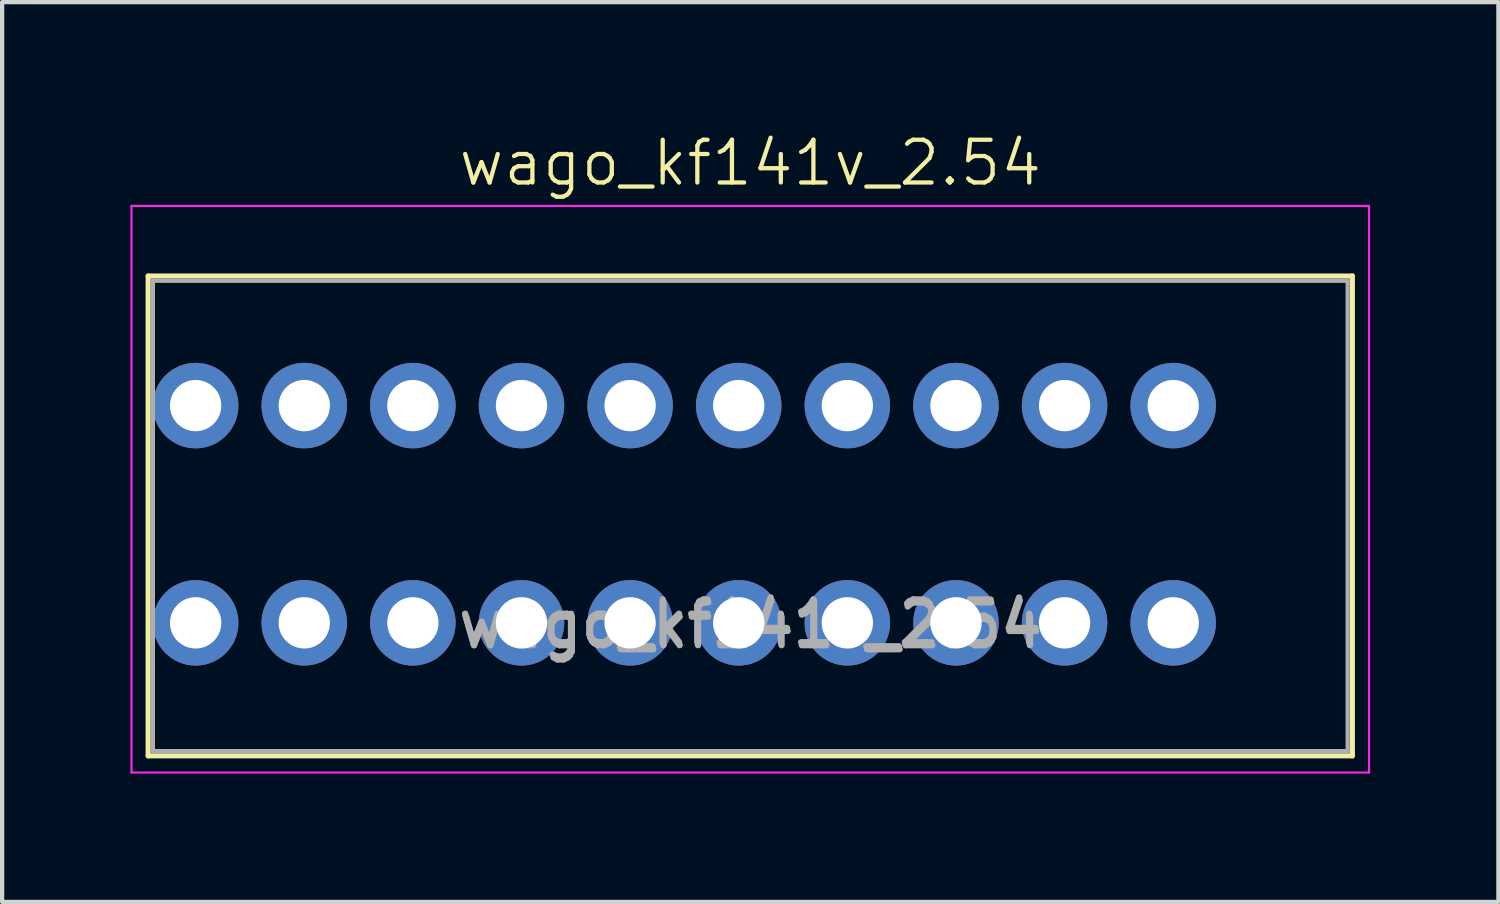
<source format=kicad_pcb>
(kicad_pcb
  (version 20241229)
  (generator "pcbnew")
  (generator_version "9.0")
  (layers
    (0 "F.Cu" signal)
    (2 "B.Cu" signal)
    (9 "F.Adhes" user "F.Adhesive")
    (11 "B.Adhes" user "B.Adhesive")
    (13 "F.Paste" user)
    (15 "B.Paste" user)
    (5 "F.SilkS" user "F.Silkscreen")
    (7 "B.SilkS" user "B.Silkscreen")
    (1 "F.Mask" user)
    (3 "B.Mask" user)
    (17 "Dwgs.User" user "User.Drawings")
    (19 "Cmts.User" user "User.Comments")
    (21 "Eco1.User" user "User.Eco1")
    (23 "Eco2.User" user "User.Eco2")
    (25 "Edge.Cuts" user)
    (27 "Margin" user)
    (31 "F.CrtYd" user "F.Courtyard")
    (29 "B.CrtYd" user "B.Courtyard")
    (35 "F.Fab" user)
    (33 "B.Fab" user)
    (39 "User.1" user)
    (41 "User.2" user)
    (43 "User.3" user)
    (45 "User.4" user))
  (footprint "wago_kf141v_2.54"
    (layer "F.Cu")
    (at 14.495 9.015)
    (property "Reference" "wago_kf141v_2.54" (at 0 -8.255 0) (unlocked yes) (layer "F.SilkS") (effects (font (size 1 1) (thickness 0.1))))
    (attr through_hole)
    (fp_line (start -14.08 -5.61) (end -14.08 5.61) (stroke (width 0.12) (type default)) (layer "F.SilkS"))
    (fp_line (start -14.08 -5.61) (end 14.08 -5.61) (stroke (width 0.12) (type default)) (layer "F.SilkS"))
    (fp_line (start -14.08 5.61) (end 14.08 5.61) (stroke (width 0.12) (type default)) (layer "F.SilkS"))
    (fp_line (start 14.08 -5.61) (end 14.08 5.61) (stroke (width 0.12) (type default)) (layer "F.SilkS"))
    (fp_line (start -14.47 -7.25) (end -14.47 6) (stroke (width 0.05) (type default)) (layer "F.CrtYd"))
    (fp_line (start -14.47 -7.25) (end 14.47 -7.25) (stroke (width 0.05) (type default)) (layer "F.CrtYd"))
    (fp_line (start -14.47 6) (end 14.47 6) (stroke (width 0.05) (type default)) (layer "F.CrtYd"))
    (fp_line (start 14.47 -7.25) (end 14.47 6) (stroke (width 0.05) (type default)) (layer "F.CrtYd"))
    (fp_line (start -13.97 -5.5) (end -13.97 5.5) (stroke (width 0.1) (type default)) (layer "F.Fab"))
    (fp_line (start -13.97 -5.5) (end 13.97 -5.5) (stroke (width 0.1) (type default)) (layer "F.Fab"))
    (fp_line (start -13.97 5.5) (end 13.97 5.5) (stroke (width 0.1) (type default)) (layer "F.Fab"))
    (fp_line (start 13.97 -5.5) (end 13.97 5.5) (stroke (width 0.1) (type default)) (layer "F.Fab"))
    (fp_text user "${REFERENCE}" (at 0.016 2.566 0) (unlocked yes) (layer "F.Fab") (effects (font (size 1 1) (thickness 0.15))))
    (fp_text user "${REFERENCE}" (at 0 2.5 0) (unlocked yes) (layer "F.Fab") (effects (font (size 1 1) (thickness 0.15))))
    (pad "1" thru_hole circle (at -12.97 -2.58) (size 2 2) (drill 1.2) (layers "*.Cu" "*.Mask"))
    (pad "1" thru_hole circle (at -12.97 2.5) (size 2 2) (drill 1.2) (layers "*.Cu" "*.Mask"))
    (pad "2" thru_hole circle (at -10.43 -2.58) (size 2 2) (drill 1.2) (layers "*.Cu" "*.Mask"))
    (pad "2" thru_hole circle (at -10.43 2.5) (size 2 2) (drill 1.2) (layers "*.Cu" "*.Mask"))
    (pad "3" thru_hole circle (at -7.89 -2.58) (size 2 2) (drill 1.2) (layers "*.Cu" "*.Mask"))
    (pad "3" thru_hole circle (at -7.89 2.5) (size 2 2) (drill 1.2) (layers "*.Cu" "*.Mask"))
    (pad "4" thru_hole circle (at -5.35 -2.58) (size 2 2) (drill 1.2) (layers "*.Cu" "*.Mask"))
    (pad "4" thru_hole circle (at -5.35 2.5) (size 2 2) (drill 1.2) (layers "*.Cu" "*.Mask"))
    (pad "5" thru_hole circle (at -2.81 -2.58) (size 2 2) (drill 1.2) (layers "*.Cu" "*.Mask"))
    (pad "5" thru_hole circle (at -2.81 2.5) (size 2 2) (drill 1.2) (layers "*.Cu" "*.Mask"))
    (pad "6" thru_hole circle (at -0.27 -2.58) (size 2 2) (drill 1.2) (layers "*.Cu" "*.Mask"))
    (pad "6" thru_hole circle (at -0.27 2.5) (size 2 2) (drill 1.2) (layers "*.Cu" "*.Mask"))
    (pad "7" thru_hole circle (at 2.27 -2.58) (size 2 2) (drill 1.2) (layers "*.Cu" "*.Mask"))
    (pad "7" thru_hole circle (at 2.27 2.5) (size 2 2) (drill 1.2) (layers "*.Cu" "*.Mask"))
    (pad "8" thru_hole circle (at 4.81 -2.58) (size 2 2) (drill 1.2) (layers "*.Cu" "*.Mask"))
    (pad "8" thru_hole circle (at 4.81 2.5) (size 2 2) (drill 1.2) (layers "*.Cu" "*.Mask"))
    (pad "9" thru_hole circle (at 7.35 -2.58) (size 2 2) (drill 1.2) (layers "*.Cu" "*.Mask"))
    (pad "9" thru_hole circle (at 7.35 2.5) (size 2 2) (drill 1.2) (layers "*.Cu" "*.Mask"))
    (pad "10" thru_hole circle (at 9.89 -2.58) (size 2 2) (drill 1.2) (layers "*.Cu" "*.Mask"))
    (pad "10" thru_hole circle (at 9.89 2.5) (size 2 2) (drill 1.2) (layers "*.Cu" "*.Mask")))
  (gr_rect
    (start -3 -3)
    (end 31.99 18.041)
    (stroke (width 0.1) (type default))
    (fill no)
    (layer "Edge.Cuts")))
</source>
